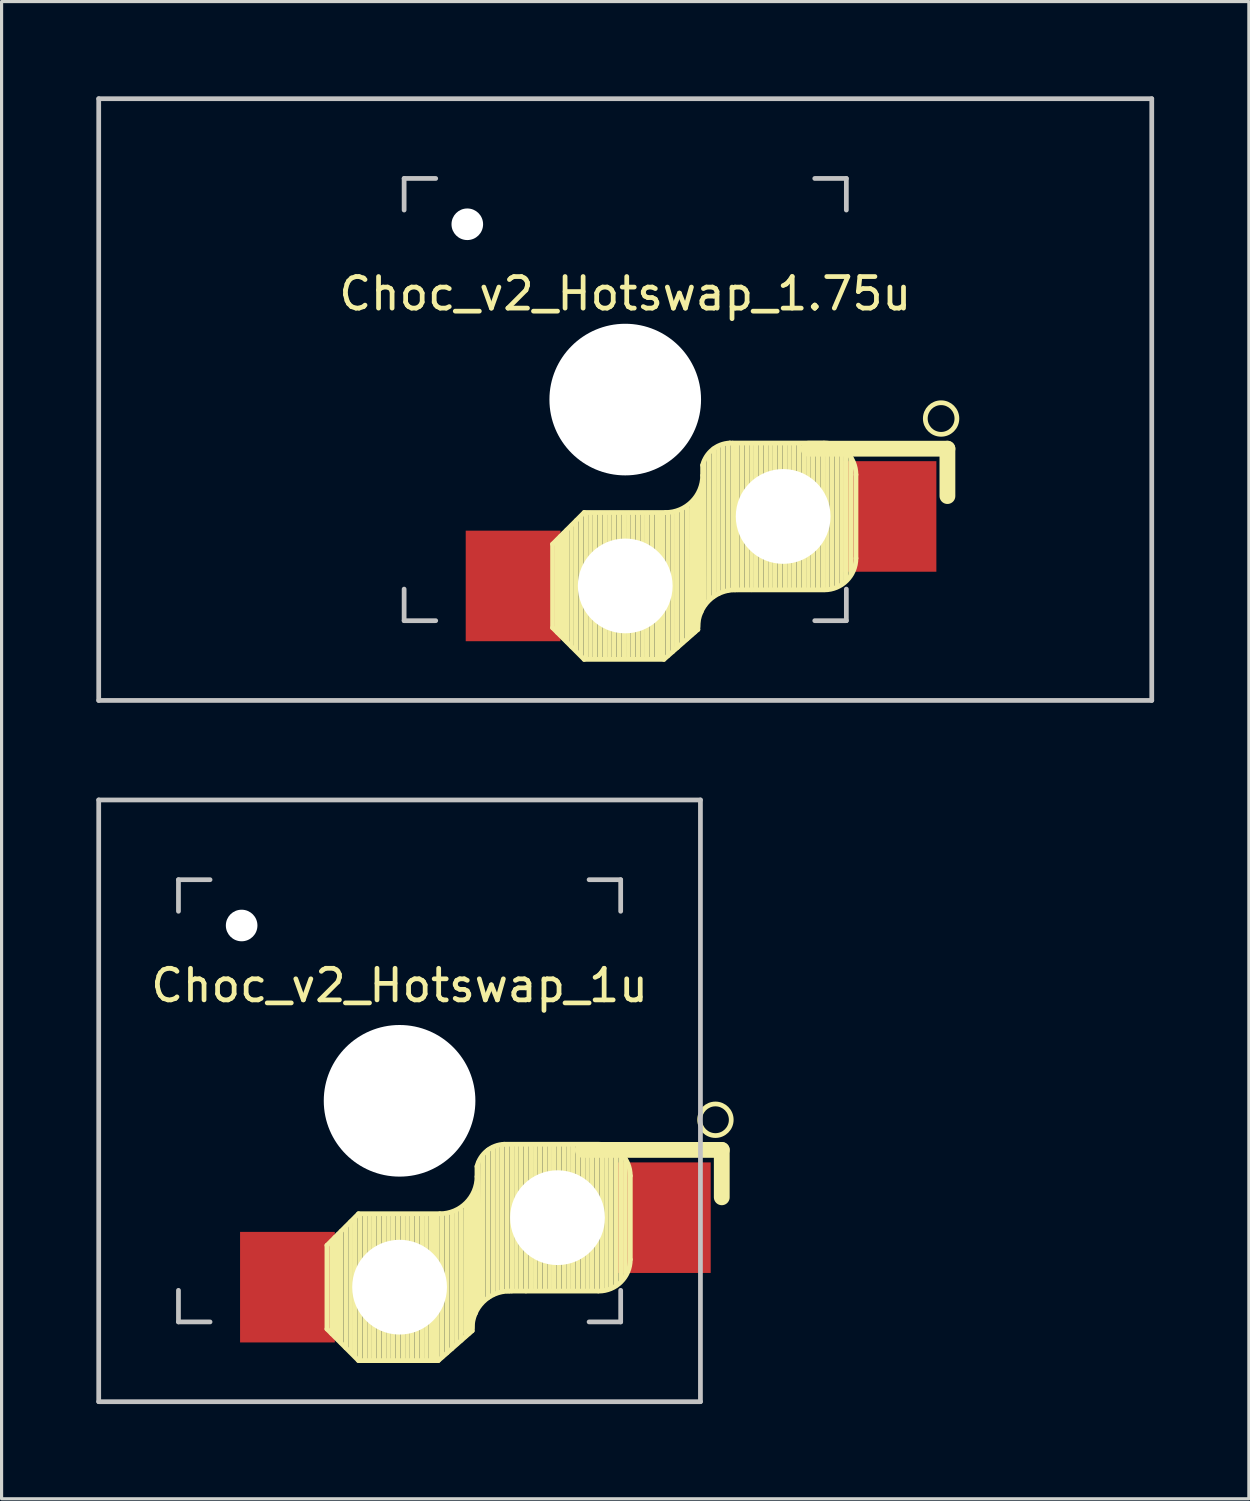
<source format=kicad_pcb>
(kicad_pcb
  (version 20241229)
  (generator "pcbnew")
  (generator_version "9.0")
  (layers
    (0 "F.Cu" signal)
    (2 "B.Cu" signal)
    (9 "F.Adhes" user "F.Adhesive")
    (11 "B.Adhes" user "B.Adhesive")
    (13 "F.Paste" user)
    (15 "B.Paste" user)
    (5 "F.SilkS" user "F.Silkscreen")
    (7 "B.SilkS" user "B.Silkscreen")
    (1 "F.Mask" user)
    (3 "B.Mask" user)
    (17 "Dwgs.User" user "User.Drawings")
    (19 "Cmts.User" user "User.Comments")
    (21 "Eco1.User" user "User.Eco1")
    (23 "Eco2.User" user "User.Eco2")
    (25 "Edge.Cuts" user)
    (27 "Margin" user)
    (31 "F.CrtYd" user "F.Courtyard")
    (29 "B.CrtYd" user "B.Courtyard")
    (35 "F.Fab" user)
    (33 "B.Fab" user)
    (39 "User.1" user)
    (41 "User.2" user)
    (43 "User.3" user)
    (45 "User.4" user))
  (footprint "Choc_v2_Hotswap_1.75u"
    (layer "F.Cu")
    (at 16.744 9.6)
    (property "Reference" "Choc_v2_Hotswap_1.75u" (at 0 -3.35 180) (layer "F.SilkS") (effects (font (size 1 1) (thickness 0.15))))
    (attr through_hole)
    (fp_line (start -2.3 7.225) (end -2.3 4.575) (stroke (width 0.15) (type solid)) (layer "F.SilkS"))
    (fp_line (start -2.15 4.44) (end -2.15 7.37) (stroke (width 0.15) (type solid)) (layer "F.SilkS"))
    (fp_line (start -2.05 4.33) (end -2.05 7.45) (stroke (width 0.15) (type solid)) (layer "F.SilkS"))
    (fp_line (start -1.95 4.23) (end -1.95 7.56) (stroke (width 0.15) (type solid)) (layer "F.SilkS"))
    (fp_line (start -1.85 4.13) (end -1.85 7.66) (stroke (width 0.15) (type solid)) (layer "F.SilkS"))
    (fp_line (start -1.7 3.99) (end -1.7 7.82) (stroke (width 0.15) (type solid)) (layer "F.SilkS"))
    (fp_line (start -1.55 3.83) (end -1.55 7.95) (stroke (width 0.15) (type solid)) (layer "F.SilkS"))
    (fp_line (start -1.4 3.7) (end -1.4 8.09) (stroke (width 0.15) (type solid)) (layer "F.SilkS"))
    (fp_line (start -1.3 3.575) (end -2.3 4.575) (stroke (width 0.15) (type solid)) (layer "F.SilkS"))
    (fp_line (start -1.3 8.225) (end -2.3 7.225) (stroke (width 0.15) (type solid)) (layer "F.SilkS"))
    (fp_line (start -1.25 3.6) (end -1.25 8.2) (stroke (width 0.15) (type solid)) (layer "F.SilkS"))
    (fp_line (start -1.1 3.6) (end -1.1 8.2) (stroke (width 0.15) (type solid)) (layer "F.SilkS"))
    (fp_line (start -0.95 3.6) (end -0.95 8.2) (stroke (width 0.15) (type solid)) (layer "F.SilkS"))
    (fp_line (start -0.8 3.6) (end -0.8 8.2) (stroke (width 0.15) (type solid)) (layer "F.SilkS"))
    (fp_line (start -0.65 3.6) (end -0.65 8.2) (stroke (width 0.15) (type solid)) (layer "F.SilkS"))
    (fp_line (start -0.5 3.6) (end -0.5 8.2) (stroke (width 0.15) (type solid)) (layer "F.SilkS"))
    (fp_line (start -0.35 3.6) (end -0.35 8.2) (stroke (width 0.15) (type solid)) (layer "F.SilkS"))
    (fp_line (start -0.2 3.6) (end -0.2 8.2) (stroke (width 0.15) (type solid)) (layer "F.SilkS"))
    (fp_line (start -0.05 3.6) (end -0.05 8.2) (stroke (width 0.15) (type solid)) (layer "F.SilkS"))
    (fp_line (start 0.1 3.6) (end 0.1 8.2) (stroke (width 0.15) (type solid)) (layer "F.SilkS"))
    (fp_line (start 0.25 3.6) (end 0.25 8.2) (stroke (width 0.15) (type solid)) (layer "F.SilkS"))
    (fp_line (start 0.4 3.6) (end 0.4 8.2) (stroke (width 0.15) (type solid)) (layer "F.SilkS"))
    (fp_line (start 0.55 3.6) (end 0.55 8.2) (stroke (width 0.15) (type solid)) (layer "F.SilkS"))
    (fp_line (start 0.7 3.6) (end 0.7 8.2) (stroke (width 0.15) (type solid)) (layer "F.SilkS"))
    (fp_line (start 0.85 3.6) (end 0.85 8.2) (stroke (width 0.15) (type solid)) (layer "F.SilkS"))
    (fp_line (start 1 3.6) (end 1 8.2) (stroke (width 0.15) (type solid)) (layer "F.SilkS"))
    (fp_line (start 1.11 3.6) (end 1.11 8.2) (stroke (width 0.15) (type solid)) (layer "F.SilkS"))
    (fp_line (start 1.2 3.6) (end 1.2 8.2) (stroke (width 0.15) (type solid)) (layer "F.SilkS"))
    (fp_line (start 1.225 8.225) (end -1.3 8.225) (stroke (width 0.15) (type solid)) (layer "F.SilkS"))
    (fp_line (start 1.225 8.225) (end 2.3 7.28) (stroke (width 0.15) (type solid)) (layer "F.SilkS"))
    (fp_line (start 1.275 3.575) (end -1.3 3.575) (stroke (width 0.15) (type solid)) (layer "F.SilkS"))
    (fp_line (start 1.35 3.65) (end 1.35 8.11) (stroke (width 0.15) (type solid)) (layer "F.SilkS"))
    (fp_line (start 1.5 3.6) (end 1.5 7.98) (stroke (width 0.15) (type solid)) (layer "F.SilkS"))
    (fp_line (start 1.65 3.55) (end 1.65 7.85) (stroke (width 0.15) (type solid)) (layer "F.SilkS"))
    (fp_line (start 1.8 3.5) (end 1.8 7.7) (stroke (width 0.15) (type solid)) (layer "F.SilkS"))
    (fp_line (start 1.95 3.4) (end 1.95 7.58) (stroke (width 0.15) (type solid)) (layer "F.SilkS"))
    (fp_line (start 2.1 3.35) (end 2.1 7.35) (stroke (width 0.15) (type solid)) (layer "F.SilkS"))
    (fp_line (start 2.1 3.45) (end 2.09 7.45) (stroke (width 0.15) (type solid)) (layer "F.SilkS"))
    (fp_line (start 2.2 3.25) (end 2.2 7.27) (stroke (width 0.15) (type solid)) (layer "F.SilkS"))
    (fp_line (start 2.2 3.4) (end 2.2 7.36) (stroke (width 0.15) (type solid)) (layer "F.SilkS"))
    (fp_line (start 2.3 3.05) (end 2.3 7.28) (stroke (width 0.15) (type solid)) (layer "F.SilkS"))
    (fp_line (start 2.4 2.9) (end 2.4 6.73) (stroke (width 0.15) (type solid)) (layer "F.SilkS"))
    (fp_line (start 2.45 2.077) (end 2.45 2.4) (stroke (width 0.15) (type default)) (layer "F.SilkS"))
    (fp_line (start 2.5 1.95) (end 2.51 6.5) (stroke (width 0.15) (type solid)) (layer "F.SilkS"))
    (fp_line (start 2.65 1.75) (end 2.65 6.32) (stroke (width 0.15) (type solid)) (layer "F.SilkS"))
    (fp_line (start 2.8 1.56) (end 2.8 6.23) (stroke (width 0.15) (type solid)) (layer "F.SilkS"))
    (fp_line (start 2.95 1.48) (end 2.95 6.14) (stroke (width 0.15) (type solid)) (layer "F.SilkS"))
    (fp_line (start 3.1 1.43) (end 3.1 6.07) (stroke (width 0.15) (type solid)) (layer "F.SilkS"))
    (fp_line (start 3.25 1.4) (end 3.25 6.04) (stroke (width 0.15) (type solid)) (layer "F.SilkS"))
    (fp_line (start 3.4 1.38) (end 3.4 6.02) (stroke (width 0.15) (type solid)) (layer "F.SilkS"))
    (fp_line (start 3.55 1.39) (end 3.55 6.02) (stroke (width 0.15) (type solid)) (layer "F.SilkS"))
    (fp_line (start 3.7 1.45) (end 3.7 6) (stroke (width 0.15) (type solid)) (layer "F.SilkS"))
    (fp_line (start 3.85 1.4) (end 3.85 6.01) (stroke (width 0.15) (type solid)) (layer "F.SilkS"))
    (fp_line (start 4 1.4) (end 4 6.02) (stroke (width 0.15) (type solid)) (layer "F.SilkS"))
    (fp_line (start 4.15 1.45) (end 4.15 6) (stroke (width 0.15) (type solid)) (layer "F.SilkS"))
    (fp_line (start 4.3 1.4) (end 4.3 6) (stroke (width 0.15) (type solid)) (layer "F.SilkS"))
    (fp_line (start 4.45 1.4) (end 4.45 6) (stroke (width 0.15) (type solid)) (layer "F.SilkS"))
    (fp_line (start 4.6 1.4) (end 4.6 6) (stroke (width 0.15) (type solid)) (layer "F.SilkS"))
    (fp_line (start 4.75 1.4) (end 4.75 6) (stroke (width 0.15) (type solid)) (layer "F.SilkS"))
    (fp_line (start 4.9 1.4) (end 4.9 6) (stroke (width 0.15) (type solid)) (layer "F.SilkS"))
    (fp_line (start 5.05 1.4) (end 5.05 6) (stroke (width 0.15) (type solid)) (layer "F.SilkS"))
    (fp_line (start 5.2 1.4) (end 5.2 6) (stroke (width 0.15) (type solid)) (layer "F.SilkS"))
    (fp_line (start 5.35 1.4) (end 5.35 6) (stroke (width 0.15) (type solid)) (layer "F.SilkS"))
    (fp_line (start 5.5 1.4) (end 5.5 6) (stroke (width 0.15) (type solid)) (layer "F.SilkS"))
    (fp_line (start 5.65 1.4) (end 5.65 6) (stroke (width 0.15) (type solid)) (layer "F.SilkS"))
    (fp_line (start 5.8 1.4) (end 5.8 6) (stroke (width 0.15) (type solid)) (layer "F.SilkS"))
    (fp_line (start 5.95 1.4) (end 5.95 6) (stroke (width 0.15) (type solid)) (layer "F.SilkS"))
    (fp_line (start 6.1 1.4) (end 6.1 6) (stroke (width 0.15) (type solid)) (layer "F.SilkS"))
    (fp_line (start 6.25 1.4) (end 6.25 6) (stroke (width 0.15) (type solid)) (layer "F.SilkS"))
    (fp_line (start 6.275 1.375) (end 3.311 1.375) (stroke (width 0.15) (type solid)) (layer "F.SilkS"))
    (fp_line (start 6.275 6.025) (end 3.475 6.025) (stroke (width 0.15) (type solid)) (layer "F.SilkS"))
    (fp_line (start 6.4 1.5) (end 6.4 6.01) (stroke (width 0.15) (type solid)) (layer "F.SilkS"))
    (fp_line (start 6.55 1.65) (end 6.55 5.97) (stroke (width 0.15) (type solid)) (layer "F.SilkS"))
    (fp_line (start 6.7 1.8) (end 6.7 5.92) (stroke (width 0.15) (type solid)) (layer "F.SilkS"))
    (fp_line (start 6.85 1.7) (end 6.85 5.84) (stroke (width 0.15) (type solid)) (layer "F.SilkS"))
    (fp_line (start 7 1.73) (end 7 5.7) (stroke (width 0.15) (type solid)) (layer "F.SilkS"))
    (fp_line (start 7.15 1.85) (end 7.15 5.53) (stroke (width 0.15) (type solid)) (layer "F.SilkS"))
    (fp_line (start 7.305 5.025) (end 7.305 2.375) (stroke (width 0.15) (type solid)) (layer "F.SilkS"))
    (fp_line (start 10.2 1.555) (end 5.8 1.555) (stroke (width 0.5) (type default)) (layer "F.SilkS"))
    (fp_line (start 10.2 3.055) (end 10.2 1.555) (stroke (width 0.5) (type default)) (layer "F.SilkS"))
    (fp_arc (start 2.3 7.2) (mid 2.64415 6.36915) (end 3.475 6.025) (stroke (width 0.15) (type solid)) (layer "F.SilkS"))
    (fp_arc (start 2.45 2.076887) (mid 2.763915 1.58277) (end 3.311204 1.375) (stroke (width 0.15) (type solid)) (layer "F.SilkS"))
    (fp_arc (start 2.45 2.4) (mid 2.10585 3.23085) (end 1.275 3.575) (stroke (width 0.15) (type solid)) (layer "F.SilkS"))
    (fp_arc (start 6.305 1.375) (mid 7.012107 1.667893) (end 7.305 2.375) (stroke (width 0.15) (type solid)) (layer "F.SilkS"))
    (fp_arc (start 7.305 5.025) (mid 7.012107 5.732107) (end 6.305 6.025) (stroke (width 0.15) (type solid)) (layer "F.SilkS"))
    (fp_circle (center 10 0.6) (end 9.5 0.6) (stroke (width 0.15) (type default)) (fill no) (layer "F.SilkS"))
    (fp_line (start -16.669 -9.525) (end 16.669 -9.525) (stroke (width 0.15) (type solid)) (layer "Dwgs.User"))
    (fp_line (start -16.669 9.525) (end -16.669 -9.525) (stroke (width 0.15) (type solid)) (layer "Dwgs.User"))
    (fp_line (start -7 -7) (end -7 -6) (stroke (width 0.15) (type solid)) (layer "Dwgs.User"))
    (fp_line (start -7 6) (end -7 7) (stroke (width 0.15) (type solid)) (layer "Dwgs.User"))
    (fp_line (start -7 7) (end -6 7) (stroke (width 0.15) (type solid)) (layer "Dwgs.User"))
    (fp_line (start -6 -7) (end -7 -7) (stroke (width 0.15) (type solid)) (layer "Dwgs.User"))
    (fp_line (start 6 -7) (end 7 -7) (stroke (width 0.15) (type solid)) (layer "Dwgs.User"))
    (fp_line (start 7 -7) (end 7 -6) (stroke (width 0.15) (type solid)) (layer "Dwgs.User"))
    (fp_line (start 7 6) (end 7 7) (stroke (width 0.15) (type solid)) (layer "Dwgs.User"))
    (fp_line (start 7 7) (end 6 7) (stroke (width 0.15) (type solid)) (layer "Dwgs.User"))
    (fp_line (start 16.669 -9.525) (end 16.669 9.525) (stroke (width 0.15) (type solid)) (layer "Dwgs.User"))
    (fp_line (start 16.669 9.525) (end -16.669 9.525) (stroke (width 0.15) (type solid)) (layer "Dwgs.User"))
    (pad "" np_thru_hole circle (at -5 -5.55) (size 1 1) (drill oval 1) (layers "*.Cu" "*.Mask"))
    (pad "" np_thru_hole circle (at 0 0 270) (size 4.8 4.8) (drill 4.8) (layers "*.Cu" "*.Mask"))
    (pad "" np_thru_hole circle (at 0 5.9 270) (size 3 3) (drill 3) (layers "*.Cu" "*.Mask"))
    (pad "" np_thru_hole circle (at 5 3.7 270) (size 3 3) (drill 3) (layers "*.Cu" "*.Mask"))
    (pad "1" smd rect (at 8.35 3.7 180) (size 3 3.5) (layers "F.Cu" "F.Mask" "F.Paste"))
    (pad "2" smd rect (at -3.55 5.9 180) (size 3 3.5) (layers "F.Cu" "F.Mask" "F.Paste")))
  (footprint "Choc_v2_Hotswap_1u"
    (layer "F.Cu")
    (at 9.6 31.8)
    (property "Reference" "Choc_v2_Hotswap_1u" (at 0 -3.65 180) (layer "F.SilkS") (effects (font (size 1 1) (thickness 0.15))))
    (attr through_hole)
    (fp_line (start -2.3 7.225) (end -2.3 4.575) (stroke (width 0.15) (type solid)) (layer "F.SilkS"))
    (fp_line (start -2.15 4.44) (end -2.15 7.37) (stroke (width 0.15) (type solid)) (layer "F.SilkS"))
    (fp_line (start -2.05 4.33) (end -2.05 7.45) (stroke (width 0.15) (type solid)) (layer "F.SilkS"))
    (fp_line (start -1.95 4.23) (end -1.95 7.56) (stroke (width 0.15) (type solid)) (layer "F.SilkS"))
    (fp_line (start -1.85 4.13) (end -1.85 7.66) (stroke (width 0.15) (type solid)) (layer "F.SilkS"))
    (fp_line (start -1.7 3.99) (end -1.7 7.82) (stroke (width 0.15) (type solid)) (layer "F.SilkS"))
    (fp_line (start -1.55 3.83) (end -1.55 7.95) (stroke (width 0.15) (type solid)) (layer "F.SilkS"))
    (fp_line (start -1.4 3.7) (end -1.4 8.09) (stroke (width 0.15) (type solid)) (layer "F.SilkS"))
    (fp_line (start -1.3 3.575) (end -2.3 4.575) (stroke (width 0.15) (type solid)) (layer "F.SilkS"))
    (fp_line (start -1.3 8.225) (end -2.3 7.225) (stroke (width 0.15) (type solid)) (layer "F.SilkS"))
    (fp_line (start -1.25 3.6) (end -1.25 8.2) (stroke (width 0.15) (type solid)) (layer "F.SilkS"))
    (fp_line (start -1.1 3.6) (end -1.1 8.2) (stroke (width 0.15) (type solid)) (layer "F.SilkS"))
    (fp_line (start -0.95 3.6) (end -0.95 8.2) (stroke (width 0.15) (type solid)) (layer "F.SilkS"))
    (fp_line (start -0.8 3.6) (end -0.8 8.2) (stroke (width 0.15) (type solid)) (layer "F.SilkS"))
    (fp_line (start -0.65 3.6) (end -0.65 8.2) (stroke (width 0.15) (type solid)) (layer "F.SilkS"))
    (fp_line (start -0.5 3.6) (end -0.5 8.2) (stroke (width 0.15) (type solid)) (layer "F.SilkS"))
    (fp_line (start -0.35 3.6) (end -0.35 8.2) (stroke (width 0.15) (type solid)) (layer "F.SilkS"))
    (fp_line (start -0.2 3.6) (end -0.2 8.2) (stroke (width 0.15) (type solid)) (layer "F.SilkS"))
    (fp_line (start -0.05 3.6) (end -0.05 8.2) (stroke (width 0.15) (type solid)) (layer "F.SilkS"))
    (fp_line (start 0.1 3.6) (end 0.1 8.2) (stroke (width 0.15) (type solid)) (layer "F.SilkS"))
    (fp_line (start 0.25 3.6) (end 0.25 8.2) (stroke (width 0.15) (type solid)) (layer "F.SilkS"))
    (fp_line (start 0.4 3.6) (end 0.4 8.2) (stroke (width 0.15) (type solid)) (layer "F.SilkS"))
    (fp_line (start 0.55 3.6) (end 0.55 8.2) (stroke (width 0.15) (type solid)) (layer "F.SilkS"))
    (fp_line (start 0.7 3.6) (end 0.7 8.2) (stroke (width 0.15) (type solid)) (layer "F.SilkS"))
    (fp_line (start 0.85 3.6) (end 0.85 8.2) (stroke (width 0.15) (type solid)) (layer "F.SilkS"))
    (fp_line (start 1 3.6) (end 1 8.2) (stroke (width 0.15) (type solid)) (layer "F.SilkS"))
    (fp_line (start 1.11 3.6) (end 1.11 8.2) (stroke (width 0.15) (type solid)) (layer "F.SilkS"))
    (fp_line (start 1.2 3.6) (end 1.2 8.2) (stroke (width 0.15) (type solid)) (layer "F.SilkS"))
    (fp_line (start 1.225 8.225) (end -1.3 8.225) (stroke (width 0.15) (type solid)) (layer "F.SilkS"))
    (fp_line (start 1.225 8.225) (end 2.3 7.28) (stroke (width 0.15) (type solid)) (layer "F.SilkS"))
    (fp_line (start 1.275 3.575) (end -1.3 3.575) (stroke (width 0.15) (type solid)) (layer "F.SilkS"))
    (fp_line (start 1.35 3.65) (end 1.35 8.11) (stroke (width 0.15) (type solid)) (layer "F.SilkS"))
    (fp_line (start 1.5 3.6) (end 1.5 7.98) (stroke (width 0.15) (type solid)) (layer "F.SilkS"))
    (fp_line (start 1.65 3.55) (end 1.65 7.85) (stroke (width 0.15) (type solid)) (layer "F.SilkS"))
    (fp_line (start 1.8 3.5) (end 1.8 7.7) (stroke (width 0.15) (type solid)) (layer "F.SilkS"))
    (fp_line (start 1.95 3.4) (end 1.95 7.58) (stroke (width 0.15) (type solid)) (layer "F.SilkS"))
    (fp_line (start 2.1 3.35) (end 2.1 7.35) (stroke (width 0.15) (type solid)) (layer "F.SilkS"))
    (fp_line (start 2.1 3.45) (end 2.09 7.45) (stroke (width 0.15) (type solid)) (layer "F.SilkS"))
    (fp_line (start 2.2 3.25) (end 2.2 7.27) (stroke (width 0.15) (type solid)) (layer "F.SilkS"))
    (fp_line (start 2.2 3.4) (end 2.2 7.36) (stroke (width 0.15) (type solid)) (layer "F.SilkS"))
    (fp_line (start 2.3 3.05) (end 2.3 7.28) (stroke (width 0.15) (type solid)) (layer "F.SilkS"))
    (fp_line (start 2.4 2.9) (end 2.4 6.73) (stroke (width 0.15) (type solid)) (layer "F.SilkS"))
    (fp_line (start 2.45 2.077) (end 2.45 2.4) (stroke (width 0.15) (type default)) (layer "F.SilkS"))
    (fp_line (start 2.5 1.95) (end 2.51 6.5) (stroke (width 0.15) (type solid)) (layer "F.SilkS"))
    (fp_line (start 2.65 1.75) (end 2.65 6.32) (stroke (width 0.15) (type solid)) (layer "F.SilkS"))
    (fp_line (start 2.8 1.56) (end 2.8 6.23) (stroke (width 0.15) (type solid)) (layer "F.SilkS"))
    (fp_line (start 2.95 1.48) (end 2.95 6.14) (stroke (width 0.15) (type solid)) (layer "F.SilkS"))
    (fp_line (start 3.1 1.43) (end 3.1 6.07) (stroke (width 0.15) (type solid)) (layer "F.SilkS"))
    (fp_line (start 3.25 1.4) (end 3.25 6.04) (stroke (width 0.15) (type solid)) (layer "F.SilkS"))
    (fp_line (start 3.4 1.38) (end 3.4 6.02) (stroke (width 0.15) (type solid)) (layer "F.SilkS"))
    (fp_line (start 3.55 1.39) (end 3.55 6.02) (stroke (width 0.15) (type solid)) (layer "F.SilkS"))
    (fp_line (start 3.7 1.45) (end 3.7 6) (stroke (width 0.15) (type solid)) (layer "F.SilkS"))
    (fp_line (start 3.85 1.4) (end 3.85 6.01) (stroke (width 0.15) (type solid)) (layer "F.SilkS"))
    (fp_line (start 4 1.4) (end 4 6.02) (stroke (width 0.15) (type solid)) (layer "F.SilkS"))
    (fp_line (start 4.15 1.45) (end 4.15 6) (stroke (width 0.15) (type solid)) (layer "F.SilkS"))
    (fp_line (start 4.3 1.4) (end 4.3 6) (stroke (width 0.15) (type solid)) (layer "F.SilkS"))
    (fp_line (start 4.45 1.4) (end 4.45 6) (stroke (width 0.15) (type solid)) (layer "F.SilkS"))
    (fp_line (start 4.6 1.4) (end 4.6 6) (stroke (width 0.15) (type solid)) (layer "F.SilkS"))
    (fp_line (start 4.75 1.4) (end 4.75 6) (stroke (width 0.15) (type solid)) (layer "F.SilkS"))
    (fp_line (start 4.9 1.4) (end 4.9 6) (stroke (width 0.15) (type solid)) (layer "F.SilkS"))
    (fp_line (start 5.05 1.4) (end 5.05 6) (stroke (width 0.15) (type solid)) (layer "F.SilkS"))
    (fp_line (start 5.2 1.4) (end 5.2 6) (stroke (width 0.15) (type solid)) (layer "F.SilkS"))
    (fp_line (start 5.35 1.4) (end 5.35 6) (stroke (width 0.15) (type solid)) (layer "F.SilkS"))
    (fp_line (start 5.5 1.4) (end 5.5 6) (stroke (width 0.15) (type solid)) (layer "F.SilkS"))
    (fp_line (start 5.65 1.4) (end 5.65 6) (stroke (width 0.15) (type solid)) (layer "F.SilkS"))
    (fp_line (start 5.8 1.4) (end 5.8 6) (stroke (width 0.15) (type solid)) (layer "F.SilkS"))
    (fp_line (start 5.95 1.4) (end 5.95 6) (stroke (width 0.15) (type solid)) (layer "F.SilkS"))
    (fp_line (start 6.1 1.4) (end 6.1 6) (stroke (width 0.15) (type solid)) (layer "F.SilkS"))
    (fp_line (start 6.25 1.4) (end 6.25 6) (stroke (width 0.15) (type solid)) (layer "F.SilkS"))
    (fp_line (start 6.275 1.375) (end 3.311 1.375) (stroke (width 0.15) (type solid)) (layer "F.SilkS"))
    (fp_line (start 6.275 6.025) (end 3.475 6.025) (stroke (width 0.15) (type solid)) (layer "F.SilkS"))
    (fp_line (start 6.4 1.5) (end 6.4 6.01) (stroke (width 0.15) (type solid)) (layer "F.SilkS"))
    (fp_line (start 6.55 1.65) (end 6.55 5.97) (stroke (width 0.15) (type solid)) (layer "F.SilkS"))
    (fp_line (start 6.7 1.8) (end 6.7 5.92) (stroke (width 0.15) (type solid)) (layer "F.SilkS"))
    (fp_line (start 6.85 1.7) (end 6.85 5.84) (stroke (width 0.15) (type solid)) (layer "F.SilkS"))
    (fp_line (start 7 1.73) (end 7 5.7) (stroke (width 0.15) (type solid)) (layer "F.SilkS"))
    (fp_line (start 7.15 1.85) (end 7.15 5.53) (stroke (width 0.15) (type solid)) (layer "F.SilkS"))
    (fp_line (start 7.305 5.025) (end 7.305 2.375) (stroke (width 0.15) (type solid)) (layer "F.SilkS"))
    (fp_line (start 10.2 1.555) (end 5.8 1.555) (stroke (width 0.5) (type default)) (layer "F.SilkS"))
    (fp_line (start 10.2 3.055) (end 10.2 1.555) (stroke (width 0.5) (type default)) (layer "F.SilkS"))
    (fp_arc (start 2.3 7.2) (mid 2.64415 6.36915) (end 3.475 6.025) (stroke (width 0.15) (type solid)) (layer "F.SilkS"))
    (fp_arc (start 2.45 2.076887) (mid 2.763915 1.58277) (end 3.311204 1.375) (stroke (width 0.15) (type solid)) (layer "F.SilkS"))
    (fp_arc (start 2.45 2.4) (mid 2.10585 3.23085) (end 1.275 3.575) (stroke (width 0.15) (type solid)) (layer "F.SilkS"))
    (fp_arc (start 6.305 1.375) (mid 7.012107 1.667893) (end 7.305 2.375) (stroke (width 0.15) (type solid)) (layer "F.SilkS"))
    (fp_arc (start 7.305 5.025) (mid 7.012107 5.732107) (end 6.305 6.025) (stroke (width 0.15) (type solid)) (layer "F.SilkS"))
    (fp_circle (center 10 0.6) (end 9.5 0.6) (stroke (width 0.15) (type default)) (fill no) (layer "F.SilkS"))
    (fp_line (start -9.525 -9.525) (end 9.525 -9.525) (stroke (width 0.15) (type solid)) (layer "Dwgs.User"))
    (fp_line (start -9.525 9.525) (end -9.525 -9.525) (stroke (width 0.15) (type solid)) (layer "Dwgs.User"))
    (fp_line (start -7 -7) (end -7 -6) (stroke (width 0.15) (type solid)) (layer "Dwgs.User"))
    (fp_line (start -7 6) (end -7 7) (stroke (width 0.15) (type solid)) (layer "Dwgs.User"))
    (fp_line (start -7 7) (end -6 7) (stroke (width 0.15) (type solid)) (layer "Dwgs.User"))
    (fp_line (start -6 -7) (end -7 -7) (stroke (width 0.15) (type solid)) (layer "Dwgs.User"))
    (fp_line (start 6 -7) (end 7 -7) (stroke (width 0.15) (type solid)) (layer "Dwgs.User"))
    (fp_line (start 7 -7) (end 7 -6) (stroke (width 0.15) (type solid)) (layer "Dwgs.User"))
    (fp_line (start 7 6) (end 7 7) (stroke (width 0.15) (type solid)) (layer "Dwgs.User"))
    (fp_line (start 7 7) (end 6 7) (stroke (width 0.15) (type solid)) (layer "Dwgs.User"))
    (fp_line (start 9.525 -9.525) (end 9.525 9.525) (stroke (width 0.15) (type solid)) (layer "Dwgs.User"))
    (fp_line (start 9.525 9.525) (end -9.525 9.525) (stroke (width 0.15) (type solid)) (layer "Dwgs.User"))
    (pad "" np_thru_hole circle (at -5 -5.55) (size 1 1) (drill oval 1) (layers "*.Cu" "*.Mask"))
    (pad "" np_thru_hole circle (at 0 0 270) (size 4.8 4.8) (drill 4.8) (layers "*.Cu" "*.Mask"))
    (pad "" np_thru_hole circle (at 0 5.9 270) (size 3 3) (drill 3) (layers "*.Cu" "*.Mask"))
    (pad "" np_thru_hole circle (at 5 3.7 270) (size 3 3) (drill 3) (layers "*.Cu" "*.Mask"))
    (pad "1" smd rect (at 8.35 3.7 180) (size 3 3.5) (layers "F.Cu" "F.Mask" "F.Paste"))
    (pad "2" smd rect (at -3.55 5.9 180) (size 3 3.5) (layers "F.Cu" "F.Mask" "F.Paste")))
  (gr_rect
    (start -3 -3)
    (end 36.487 44.4)
    (stroke (width 0.1) (type default))
    (fill no)
    (layer "Edge.Cuts")))
</source>
